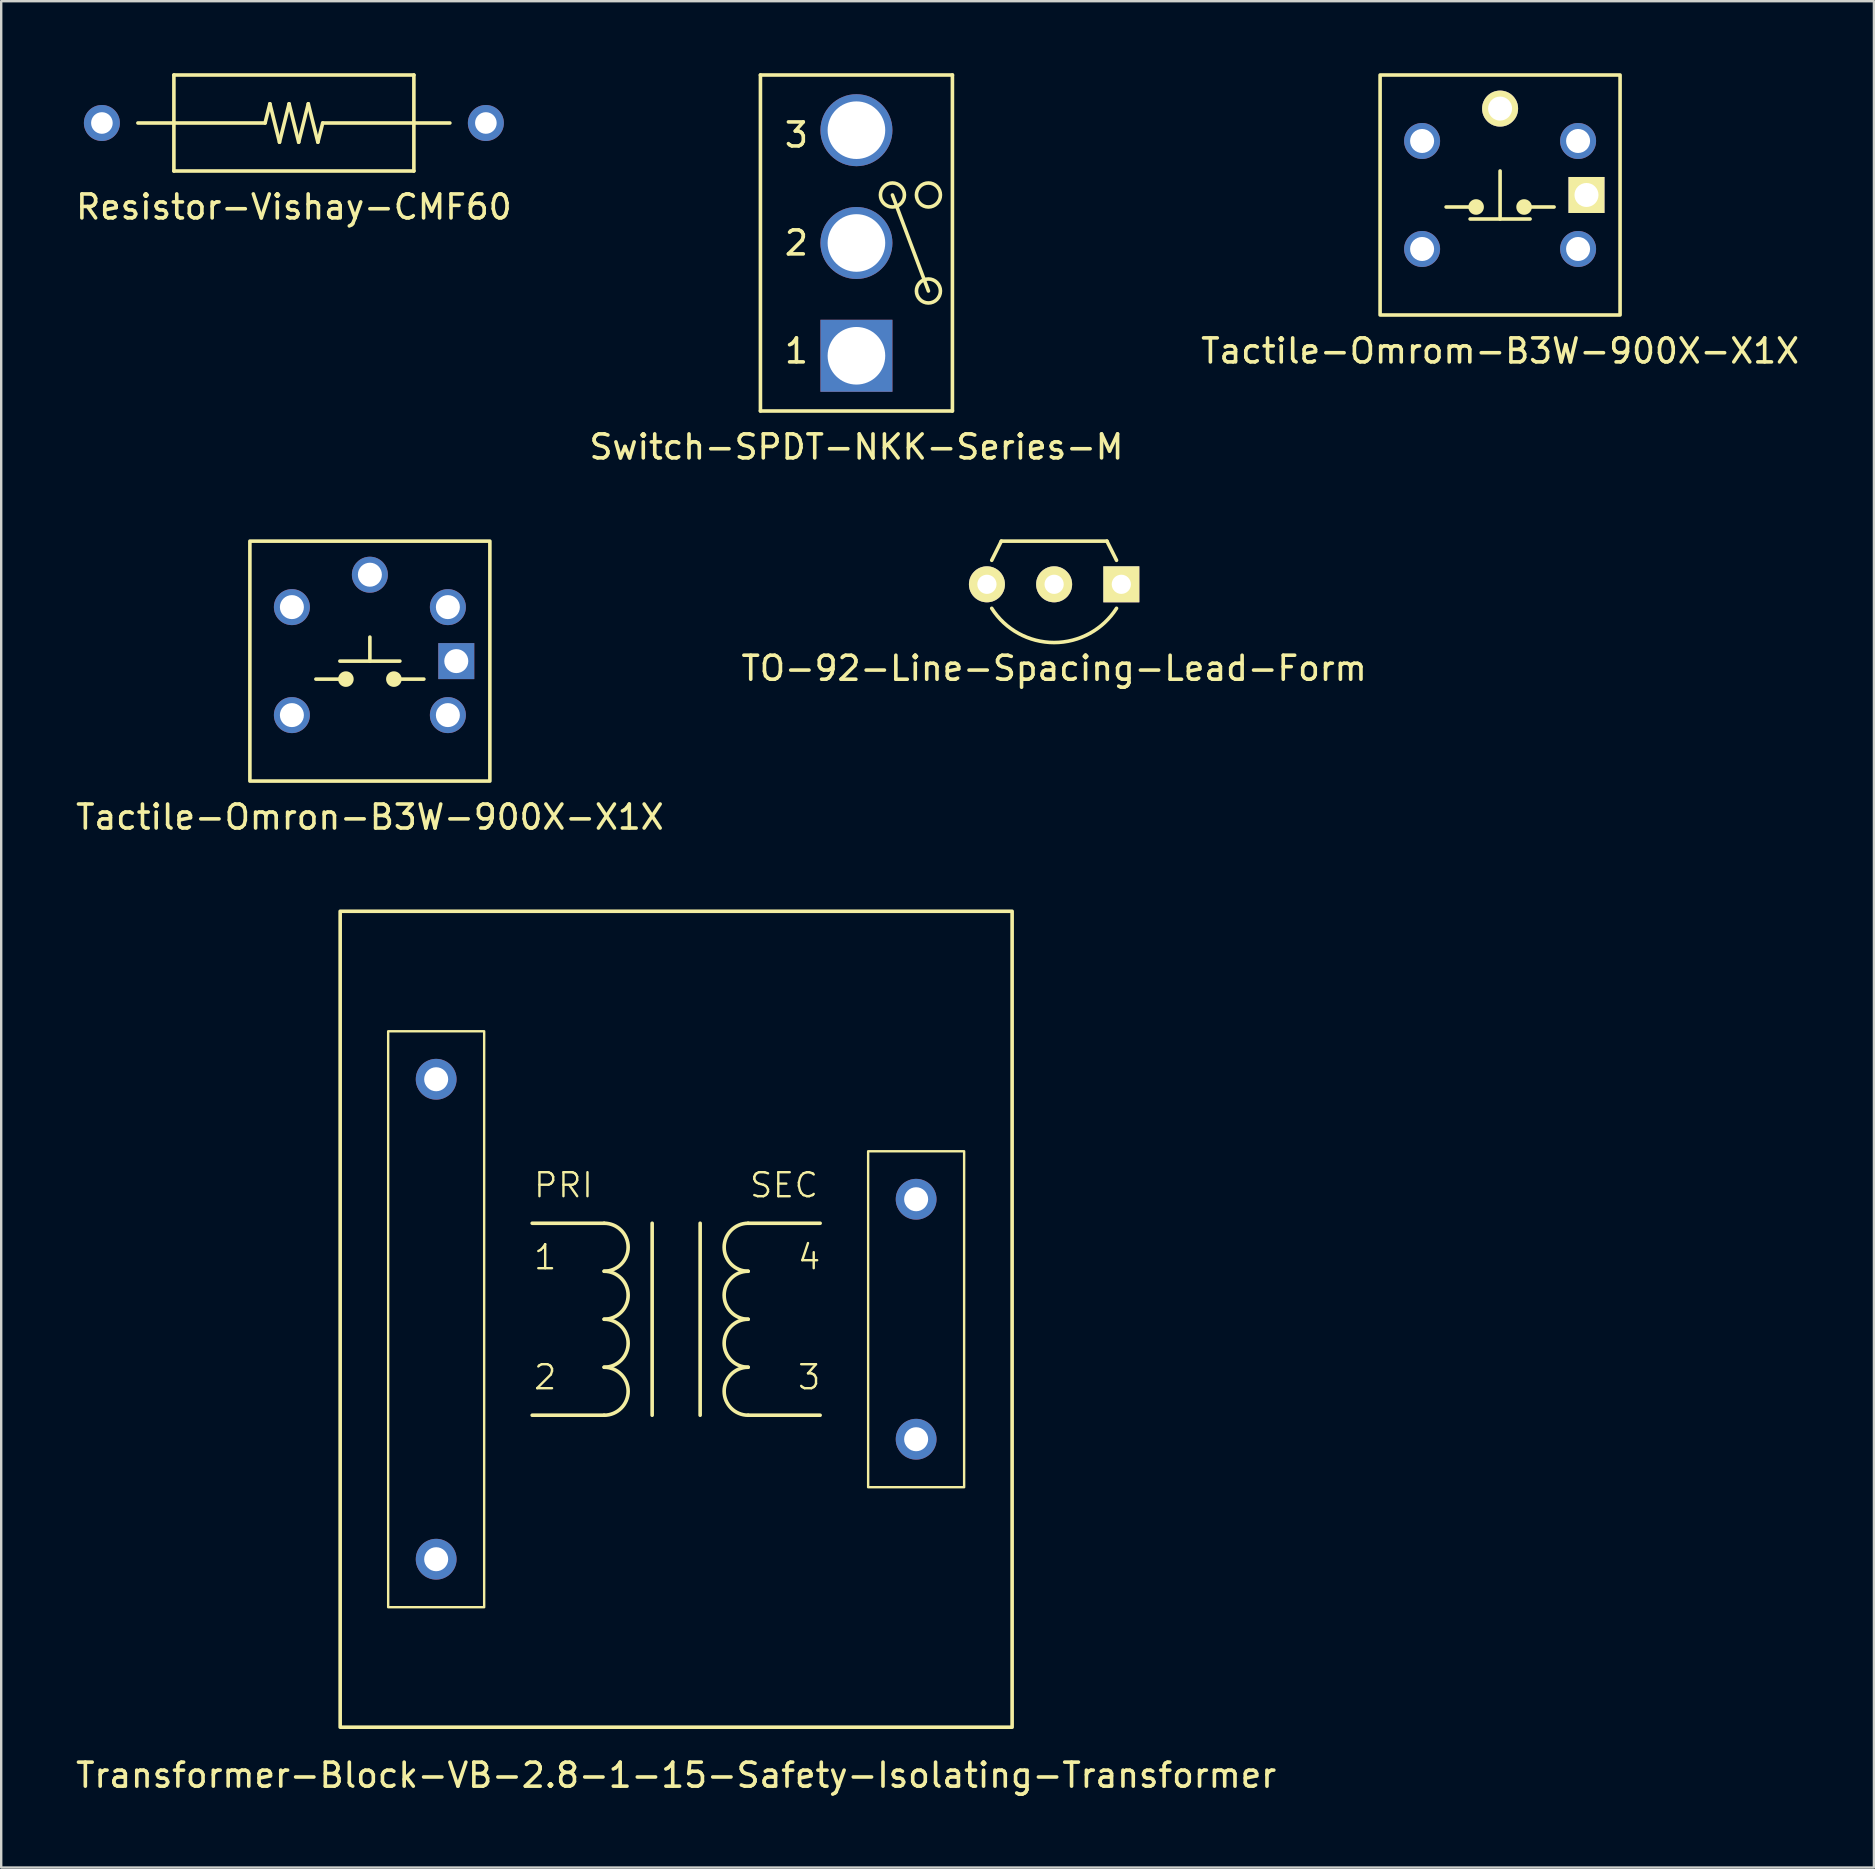
<source format=kicad_pcb>
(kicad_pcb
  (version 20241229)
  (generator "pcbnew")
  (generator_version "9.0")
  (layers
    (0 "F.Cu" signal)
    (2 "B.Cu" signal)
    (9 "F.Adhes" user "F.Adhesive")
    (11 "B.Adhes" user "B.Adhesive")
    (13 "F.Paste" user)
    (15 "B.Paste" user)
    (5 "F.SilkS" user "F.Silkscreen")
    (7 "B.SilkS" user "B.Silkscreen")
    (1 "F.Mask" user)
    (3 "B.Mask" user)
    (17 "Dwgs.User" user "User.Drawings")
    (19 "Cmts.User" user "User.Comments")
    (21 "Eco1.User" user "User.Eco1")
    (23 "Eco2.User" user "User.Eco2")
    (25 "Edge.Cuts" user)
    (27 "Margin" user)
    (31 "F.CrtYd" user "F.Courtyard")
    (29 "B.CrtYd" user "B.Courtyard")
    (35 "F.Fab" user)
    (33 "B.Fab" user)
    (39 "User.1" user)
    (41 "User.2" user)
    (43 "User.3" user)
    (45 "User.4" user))
  (footprint "Tactile-Omron-B3W-900X-X1X"
    (layer "F.Cu")
    (at 12.363 24.498)
    (property "Reference" "Tactile-Omron-B3W-900X-X1X" (at 0 6.5 0) (layer "F.SilkS") (effects (font (size 1 1) (thickness 0.15))))
    (attr through_hole)
    (fp_line (start -1.25 0) (end 1.25 0) (stroke (width 0.15) (type default)) (layer "F.SilkS"))
    (fp_line (start -1.25 0.75) (end -2.25 0.75) (stroke (width 0.15) (type default)) (layer "F.SilkS"))
    (fp_line (start 0 0) (end 0 -1) (stroke (width 0.15) (type default)) (layer "F.SilkS"))
    (fp_line (start 1.25 0.75) (end 2.25 0.75) (stroke (width 0.15) (type default)) (layer "F.SilkS"))
    (fp_rect (start -5 -5) (end 5 5) (stroke (width 0.15) (type default)) (fill no) (layer "F.SilkS"))
    (fp_circle (center -1 0.75) (end -0.75 0.75) (stroke (width 0.15) (type solid)) (fill yes) (layer "F.SilkS"))
    (fp_circle (center 1 0.75) (end 1.25 0.75) (stroke (width 0.15) (type solid)) (fill yes) (layer "F.SilkS"))
    (pad "1" thru_hole circle (at 3.25 2.25) (size 1.5 1.5) (drill 1) (layers "*.Cu" "*.Mask"))
    (pad "2" thru_hole circle (at -3.25 2.25) (size 1.5 1.5) (drill 1) (layers "*.Cu" "*.Mask"))
    (pad "3" thru_hole circle (at 3.25 -2.25) (size 1.5 1.5) (drill 1) (layers "*.Cu" "*.Mask"))
    (pad "4" thru_hole circle (at -3.25 -2.25) (size 1.5 1.5) (drill 1) (layers "*.Cu" "*.Mask"))
    (pad "5" thru_hole rect (at 3.6 0) (size 1.5 1.5) (drill 1) (layers "*.Cu" "*.Mask"))
    (pad "6" thru_hole circle (at 0 -3.6) (size 1.5 1.5) (drill 1) (layers "*.Cu" "*.Mask")))
  (footprint "Resistor-Vishay-CMF60"
    (layer "F.Cu")
    (at 9.196 2.075)
    (property "Reference" "Resistor-Vishay-CMF60" (at 0 3.5 0) (layer "F.SilkS") (effects (font (size 1 1) (thickness 0.15))))
    (attr through_hole)
    (fp_line (start -6.5 0) (end -5 0) (stroke (width 0.15) (type solid)) (layer "F.SilkS"))
    (fp_line (start -5 -2) (end -5 2) (stroke (width 0.15) (type solid)) (layer "F.SilkS"))
    (fp_line (start -5 -2) (end 5 -2) (stroke (width 0.15) (type solid)) (layer "F.SilkS"))
    (fp_line (start -1.2 0) (end -5 0) (stroke (width 0.15) (type solid)) (layer "F.SilkS"))
    (fp_line (start -1 -0.8) (end -1.2 0) (stroke (width 0.15) (type solid)) (layer "F.SilkS"))
    (fp_line (start -0.6 0.8) (end -1 -0.8) (stroke (width 0.15) (type solid)) (layer "F.SilkS"))
    (fp_line (start -0.2 -0.8) (end -0.6 0.8) (stroke (width 0.15) (type solid)) (layer "F.SilkS"))
    (fp_line (start 0.2 0.8) (end -0.2 -0.8) (stroke (width 0.15) (type solid)) (layer "F.SilkS"))
    (fp_line (start 0.2 0.8) (end 0.6 -0.8) (stroke (width 0.15) (type solid)) (layer "F.SilkS"))
    (fp_line (start 0.6 -0.8) (end 1 0.8) (stroke (width 0.15) (type solid)) (layer "F.SilkS"))
    (fp_line (start 1 0.8) (end 1.2 0) (stroke (width 0.15) (type solid)) (layer "F.SilkS"))
    (fp_line (start 1.2 0) (end 5 0) (stroke (width 0.15) (type solid)) (layer "F.SilkS"))
    (fp_line (start 5 2) (end -5 2) (stroke (width 0.15) (type solid)) (layer "F.SilkS"))
    (fp_line (start 5 2) (end 5 -2) (stroke (width 0.15) (type solid)) (layer "F.SilkS"))
    (fp_line (start 6.5 0) (end 5 0) (stroke (width 0.15) (type solid)) (layer "F.SilkS"))
    (pad "1" thru_hole circle (at -8 0) (size 1.5 1.5) (drill 0.9) (layers "*.Cu" "*.Mask"))
    (pad "2" thru_hole circle (at 8 0) (size 1.5 1.5) (drill 0.9) (layers "*.Cu" "*.Mask")))
  (footprint "Tactile-Omrom-B3W-900X-X1X"
    (layer "F.Cu")
    (at 59.458 5.075)
    (property "Reference" "Tactile-Omrom-B3W-900X-X1X" (at 0 6.5 0) (layer "F.SilkS") (effects (font (size 1 1) (thickness 0.15))))
    (attr through_hole)
    (fp_line (start -1.25 0.5) (end -2.25 0.5) (stroke (width 0.15) (type default)) (layer "F.SilkS"))
    (fp_line (start -1.25 1) (end 1.25 1) (stroke (width 0.15) (type default)) (layer "F.SilkS"))
    (fp_line (start 0 1) (end 0 -1) (stroke (width 0.15) (type default)) (layer "F.SilkS"))
    (fp_line (start 1.25 0.5) (end 2.25 0.5) (stroke (width 0.15) (type default)) (layer "F.SilkS"))
    (fp_rect (start -5 -5) (end 5 5) (stroke (width 0.15) (type default)) (fill no) (layer "F.SilkS"))
    (fp_circle (center -1 0.5) (end -0.75 0.5) (stroke (width 0.15) (type solid)) (fill yes) (layer "F.SilkS"))
    (fp_circle (center 1 0.5) (end 1.25 0.5) (stroke (width 0.15) (type solid)) (fill yes) (layer "F.SilkS"))
    (pad "" np_thru_hole circle (at -3.25 -2.25) (size 1.5 1.5) (drill 1) (layers "*.Cu" "*.Mask"))
    (pad "" np_thru_hole circle (at -3.25 2.25) (size 1.5 1.5) (drill 1) (layers "*.Cu" "*.Mask"))
    (pad "" np_thru_hole circle (at 3.25 -2.25) (size 1.5 1.5) (drill 1) (layers "*.Cu" "*.Mask"))
    (pad "" np_thru_hole circle (at 3.25 2.25) (size 1.5 1.5) (drill 1) (layers "*.Cu" "*.Mask"))
    (pad "1" thru_hole rect (at 3.6 0) (size 1.5 1.5) (drill 1) (layers "*.Cu" "*.Mask" "F.SilkS"))
    (pad "2" thru_hole circle (at 0 -3.6) (size 1.5 1.5) (drill 1) (layers "*.Cu" "*.Mask" "F.SilkS")))
  (footprint "Switch-SPDT-NKK-Series-M"
    (layer "F.Cu")
    (at 32.637 7.075)
    (property "Reference" "Switch-SPDT-NKK-Series-M" (at 0 8.5 0) (layer "F.SilkS") (effects (font (size 1 1) (thickness 0.15))))
    (attr through_hole)
    (fp_line (start -4 -7) (end -4 7) (stroke (width 0.15) (type solid)) (layer "F.SilkS"))
    (fp_line (start -4 -7) (end 4 -7) (stroke (width 0.15) (type solid)) (layer "F.SilkS"))
    (fp_line (start -4 7) (end 4 7) (stroke (width 0.15) (type solid)) (layer "F.SilkS"))
    (fp_line (start 3 2) (end 1.5 -2) (stroke (width 0.15) (type solid)) (layer "F.SilkS"))
    (fp_line (start 4 7) (end 4 -7) (stroke (width 0.15) (type solid)) (layer "F.SilkS"))
    (fp_circle (center 1.5 -2) (end 2 -2) (stroke (width 0.15) (type solid)) (fill no) (layer "F.SilkS"))
    (fp_circle (center 3 -2) (end 3.5 -2) (stroke (width 0.15) (type solid)) (fill no) (layer "F.SilkS"))
    (fp_circle (center 3 2) (end 3.5 2) (stroke (width 0.15) (type solid)) (fill no) (layer "F.SilkS"))
    (fp_text user "1" (at -2.5 4.5 0) (layer "F.SilkS") (effects (font (size 1 1) (thickness 0.15))))
    (fp_text user "3" (at -2.5 -4.5 0) (layer "F.SilkS") (effects (font (size 1 1) (thickness 0.15))))
    (fp_text user "2" (at -2.5 0 0) (layer "F.SilkS") (effects (font (size 1 1) (thickness 0.15))))
    (pad "1" thru_hole rect (at 0 4.7) (size 3 3) (drill oval 2.4) (layers "*.Cu" "*.Mask"))
    (pad "2" thru_hole circle (at 0 0) (size 3 3) (drill 2.4) (layers "*.Cu" "*.Mask"))
    (pad "3" thru_hole circle (at 0 -4.7) (size 3 3) (drill 2.4) (layers "*.Cu" "*.Mask")))
  (footprint "TO-92-Line-Spacing-Lead-Form"
    (layer "F.Cu")
    (at 40.875 21.298)
    (property "Reference" "TO-92-Line-Spacing-Lead-Form" (at 0 3.5 0) (layer "F.SilkS") (effects (font (size 1 1) (thickness 0.15))))
    (attr through_hole)
    (fp_line (start -2.6 -1) (end -2.2 -1.8) (stroke (width 0.15) (type default)) (layer "F.SilkS"))
    (fp_line (start 2.2 -1.8) (end -2.2 -1.8) (stroke (width 0.15) (type solid)) (layer "F.SilkS"))
    (fp_line (start 2.6 -1) (end 2.2 -1.8) (stroke (width 0.15) (type default)) (layer "F.SilkS"))
    (fp_arc (start 2.6 1) (mid 0 2.426409) (end -2.6 1) (stroke (width 0.15) (type solid)) (layer "F.SilkS"))
    (pad "1" thru_hole rect (at 2.8 0) (size 1.5 1.5) (drill 0.8) (layers "*.Cu" "*.Mask" "F.SilkS"))
    (pad "2" thru_hole circle (at 0 0) (size 1.5 1.5) (drill 0.8) (layers "*.Cu" "*.Mask" "F.SilkS"))
    (pad "3" thru_hole circle (at -2.8 0) (size 1.5 1.5) (drill 0.8) (layers "*.Cu" "*.Mask" "F.SilkS")))
  (footprint "Transformer-Block-VB-2.8-1-15-Safety-Isolating-Transformer"
    (layer "F.Cu")
    (at 25.125 51.922)
    (property "Reference" "Transformer-Block-VB-2.8-1-15-Safety-Isolating-Transformer" (at 0 19 0) (layer "F.SilkS") (effects (font (size 1 1) (thickness 0.15))))
    (attr through_hole)
    (fp_line (start -3 -4) (end -6 -4) (stroke (width 0.15) (type default)) (layer "F.SilkS"))
    (fp_line (start -3 4) (end -6 4) (stroke (width 0.15) (type default)) (layer "F.SilkS"))
    (fp_line (start -1 -4) (end -1 4) (stroke (width 0.15) (type default)) (layer "F.SilkS"))
    (fp_line (start 1 -4) (end 1 4) (stroke (width 0.15) (type default)) (layer "F.SilkS"))
    (fp_line (start 3 -4) (end 6 -4) (stroke (width 0.15) (type default)) (layer "F.SilkS"))
    (fp_line (start 3 4) (end 6 4) (stroke (width 0.15) (type default)) (layer "F.SilkS"))
    (fp_rect (start -14 -17) (end 14 17) (stroke (width 0.15) (type default)) (fill no) (layer "F.SilkS"))
    (fp_rect (start -12 -12) (end -8 12) (stroke (width 0.1) (type default)) (fill no) (layer "F.SilkS"))
    (fp_rect (start 8 -7) (end 12 7) (stroke (width 0.1) (type default)) (fill no) (layer "F.SilkS"))
    (fp_arc (start -3 -4) (mid -2 -3) (end -3 -2) (stroke (width 0.15) (type default)) (layer "F.SilkS"))
    (fp_arc (start -3 -2) (mid -2 -1) (end -3 0) (stroke (width 0.15) (type default)) (layer "F.SilkS"))
    (fp_arc (start -3 0) (mid -2 1) (end -3 2) (stroke (width 0.15) (type default)) (layer "F.SilkS"))
    (fp_arc (start -3 2) (mid -2 3) (end -3 4) (stroke (width 0.15) (type default)) (layer "F.SilkS"))
    (fp_arc (start 3 -2) (mid 2 -3) (end 3 -4) (stroke (width 0.15) (type default)) (layer "F.SilkS"))
    (fp_arc (start 3 0) (mid 2 -1) (end 3 -2) (stroke (width 0.15) (type default)) (layer "F.SilkS"))
    (fp_arc (start 3 2) (mid 2 1) (end 3 0) (stroke (width 0.15) (type default)) (layer "F.SilkS"))
    (fp_arc (start 3 4) (mid 2 3) (end 3 2) (stroke (width 0.15) (type default)) (layer "F.SilkS"))
    (fp_text user "2" (at -6 3 0) (unlocked yes) (layer "F.SilkS") (effects (font (size 1 1) (thickness 0.1)) (justify left bottom)))
    (fp_text user "1" (at -6 -2 0) (unlocked yes) (layer "F.SilkS") (effects (font (size 1 1) (thickness 0.1)) (justify left bottom)))
    (fp_text user "4" (at 5 -2 0) (unlocked yes) (layer "F.SilkS") (effects (font (size 1 1) (thickness 0.1)) (justify left bottom)))
    (fp_text user "3" (at 5 3 0) (unlocked yes) (layer "F.SilkS") (effects (font (size 1 1) (thickness 0.1)) (justify left bottom)))
    (fp_text user "SEC" (at 3 -5 0) (unlocked yes) (layer "F.SilkS") (effects (font (size 1 1) (thickness 0.1)) (justify left bottom)))
    (fp_text user "PRI" (at -6 -5 0) (unlocked yes) (layer "F.SilkS") (effects (font (size 1 1) (thickness 0.1)) (justify left bottom)))
    (pad "1" thru_hole circle (at -10 -10) (size 1.7 1.7) (drill 1) (layers "*.Cu" "*.Mask"))
    (pad "2" thru_hole circle (at -10 10) (size 1.7 1.7) (drill 1) (layers "*.Cu" "*.Mask"))
    (pad "3" thru_hole circle (at 10 5) (size 1.7 1.7) (drill 1) (layers "*.Cu" "*.Mask"))
    (pad "4" thru_hole circle (at 10 -5) (size 1.7 1.7) (drill 1) (layers "*.Cu" "*.Mask")))
  (gr_rect
    (start -3 -3)
    (end 75.036 74.77)
    (stroke (width 0.1) (type default))
    (fill no)
    (layer "Edge.Cuts")))
</source>
